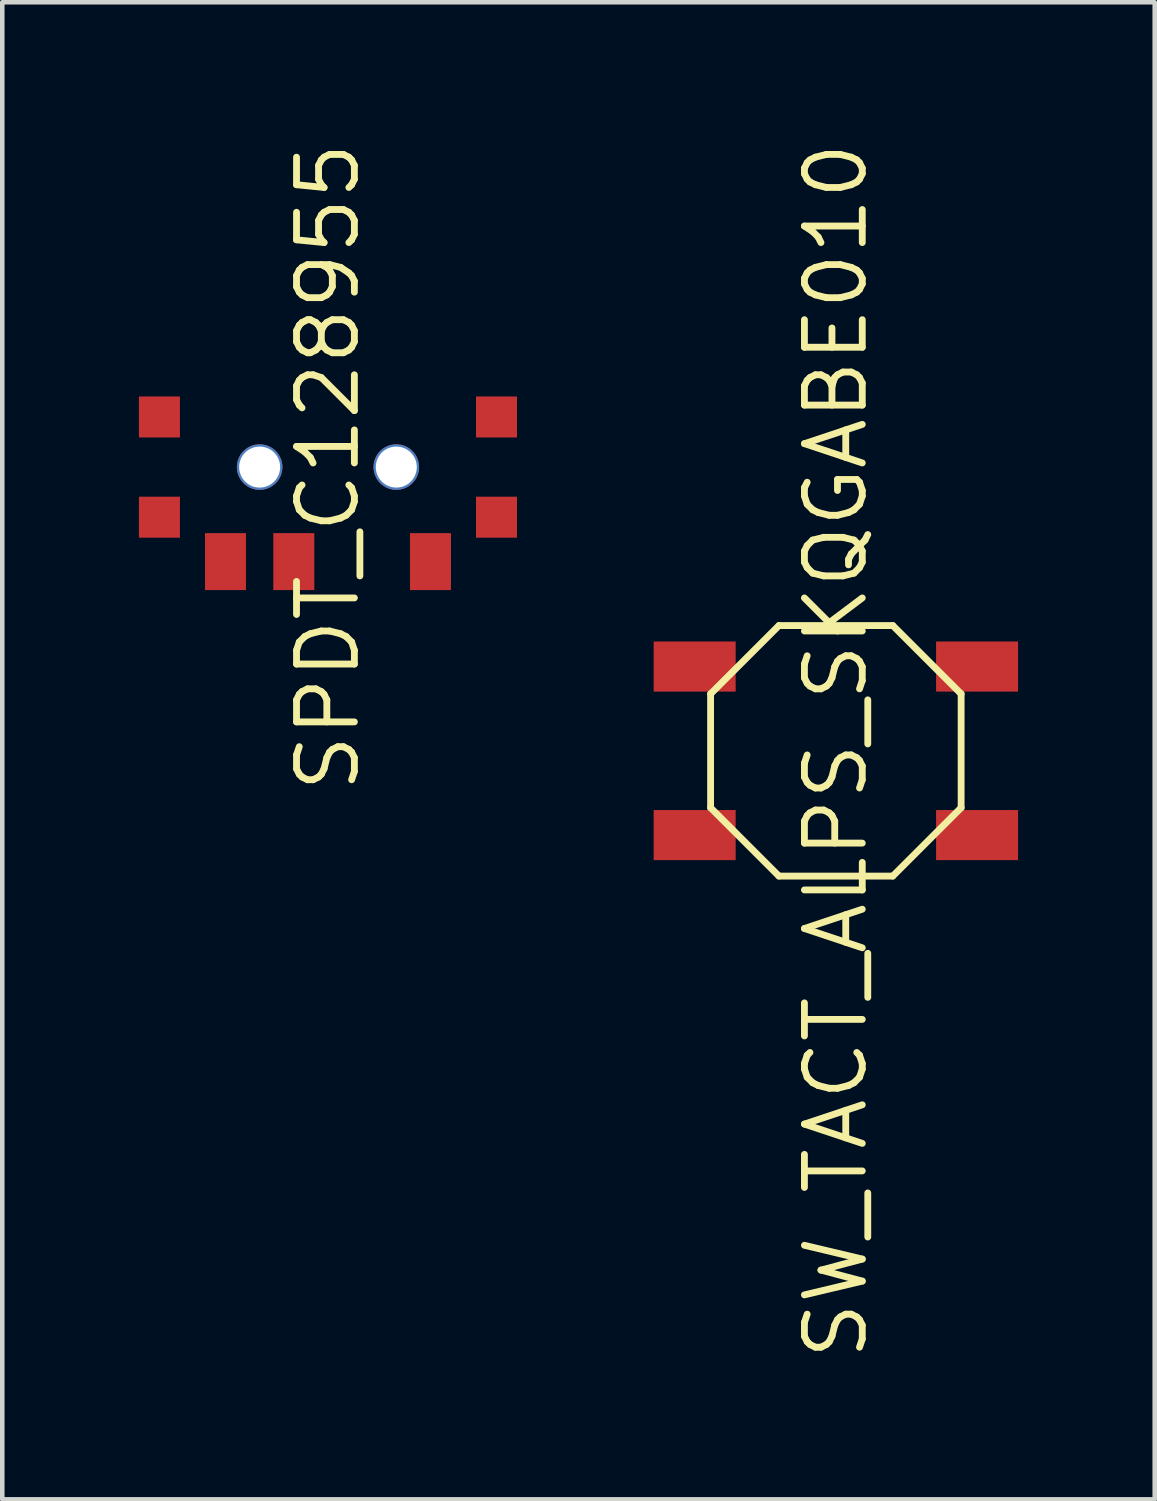
<source format=kicad_pcb>
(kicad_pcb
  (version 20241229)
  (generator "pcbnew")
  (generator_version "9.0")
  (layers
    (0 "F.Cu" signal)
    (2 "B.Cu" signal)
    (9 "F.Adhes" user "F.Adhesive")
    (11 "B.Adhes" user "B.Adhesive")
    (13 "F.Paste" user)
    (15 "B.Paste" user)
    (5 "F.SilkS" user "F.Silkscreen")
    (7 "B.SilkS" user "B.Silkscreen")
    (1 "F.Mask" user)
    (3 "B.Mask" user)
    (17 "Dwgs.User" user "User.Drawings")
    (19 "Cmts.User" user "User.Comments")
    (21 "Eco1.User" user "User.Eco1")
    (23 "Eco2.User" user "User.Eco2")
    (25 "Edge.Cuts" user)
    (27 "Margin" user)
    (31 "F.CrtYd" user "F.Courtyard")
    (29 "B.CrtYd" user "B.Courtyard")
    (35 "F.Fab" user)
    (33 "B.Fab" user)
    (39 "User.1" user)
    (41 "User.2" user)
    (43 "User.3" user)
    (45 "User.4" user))
  (footprint "SW_TACT_ALPS_SKQGABE010"
    (layer "F.Cu")
    (at 15.3 13.433)
    (property "Reference" "SW_TACT_ALPS_SKQGABE010" (at 0 0 270) (layer "F.SilkS") (effects (font (size 1.27 1.27) (thickness 0.15))))
    (attr through_hole)
    (fp_line (start -2.75 -1.25) (end -2.75 1.25) (stroke (width 0.15) (type solid)) (layer "F.SilkS"))
    (fp_line (start -2.75 -1.25) (end -1.25 -2.75) (stroke (width 0.15) (type solid)) (layer "F.SilkS"))
    (fp_line (start -2.75 1.25) (end -1.25 2.75) (stroke (width 0.15) (type solid)) (layer "F.SilkS"))
    (fp_line (start -1.25 -2.75) (end 1.25 -2.75) (stroke (width 0.15) (type solid)) (layer "F.SilkS"))
    (fp_line (start -1.25 2.75) (end 1.25 2.75) (stroke (width 0.15) (type solid)) (layer "F.SilkS"))
    (fp_line (start 2.75 -1.25) (end 1.25 -2.75) (stroke (width 0.15) (type solid)) (layer "F.SilkS"))
    (fp_line (start 2.75 -1.25) (end 2.75 1.25) (stroke (width 0.15) (type solid)) (layer "F.SilkS"))
    (fp_line (start 2.75 1.25) (end 1.25 2.75) (stroke (width 0.15) (type solid)) (layer "F.SilkS"))
    (pad "1" smd rect (at -3.1 -1.85) (size 1.8 1.1) (layers "F.Cu" "F.Mask" "F.Paste"))
    (pad "1" smd rect (at 3.1 -1.85) (size 1.8 1.1) (layers "F.Cu" "F.Mask" "F.Paste"))
    (pad "2" smd rect (at -3.1 1.85) (size 1.8 1.1) (layers "F.Cu" "F.Mask" "F.Paste"))
    (pad "2" smd rect (at 3.1 1.85) (size 1.8 1.1) (layers "F.Cu" "F.Mask" "F.Paste")))
  (footprint "SPDT_C128955"
    (layer "F.Cu")
    (at 4.15 7.204)
    (property "Reference" "SPDT_C128955" (at 0 0 270) (layer "F.SilkS") (effects (font (size 1.27 1.27) (thickness 0.15))))
    (attr through_hole)
    (pad "" smd rect (at -3.7 -1.1) (size 0.9 0.9) (layers "F.Cu" "F.Mask" "F.Paste"))
    (pad "" smd rect (at -3.7 1.1) (size 0.9 0.9) (layers "F.Cu" "F.Mask" "F.Paste"))
    (pad "" np_thru_hole circle (at -1.5 0 90) (size 1 1) (drill 0.9) (layers "*.Cu" "*.Mask"))
    (pad "" np_thru_hole circle (at 1.5 0 90) (size 1 1) (drill 0.9) (layers "*.Cu" "*.Mask"))
    (pad "" smd rect (at 3.7 -1.1) (size 0.9 0.9) (layers "F.Cu" "F.Mask" "F.Paste"))
    (pad "" smd rect (at 3.7 1.1) (size 0.9 0.9) (layers "F.Cu" "F.Mask" "F.Paste"))
    (pad "1" smd rect (at 2.25 2.075) (size 0.9 1.25) (layers "F.Cu" "F.Mask" "F.Paste"))
    (pad "2" smd rect (at -0.75 2.075) (size 0.9 1.25) (layers "F.Cu" "F.Mask" "F.Paste"))
    (pad "3" smd rect (at -2.25 2.075) (size 0.9 1.25) (layers "F.Cu" "F.Mask" "F.Paste")))
  (gr_rect
    (start -3 -3)
    (end 22.3 29.866)
    (stroke (width 0.1) (type default))
    (fill no)
    (layer "Edge.Cuts")))
</source>
